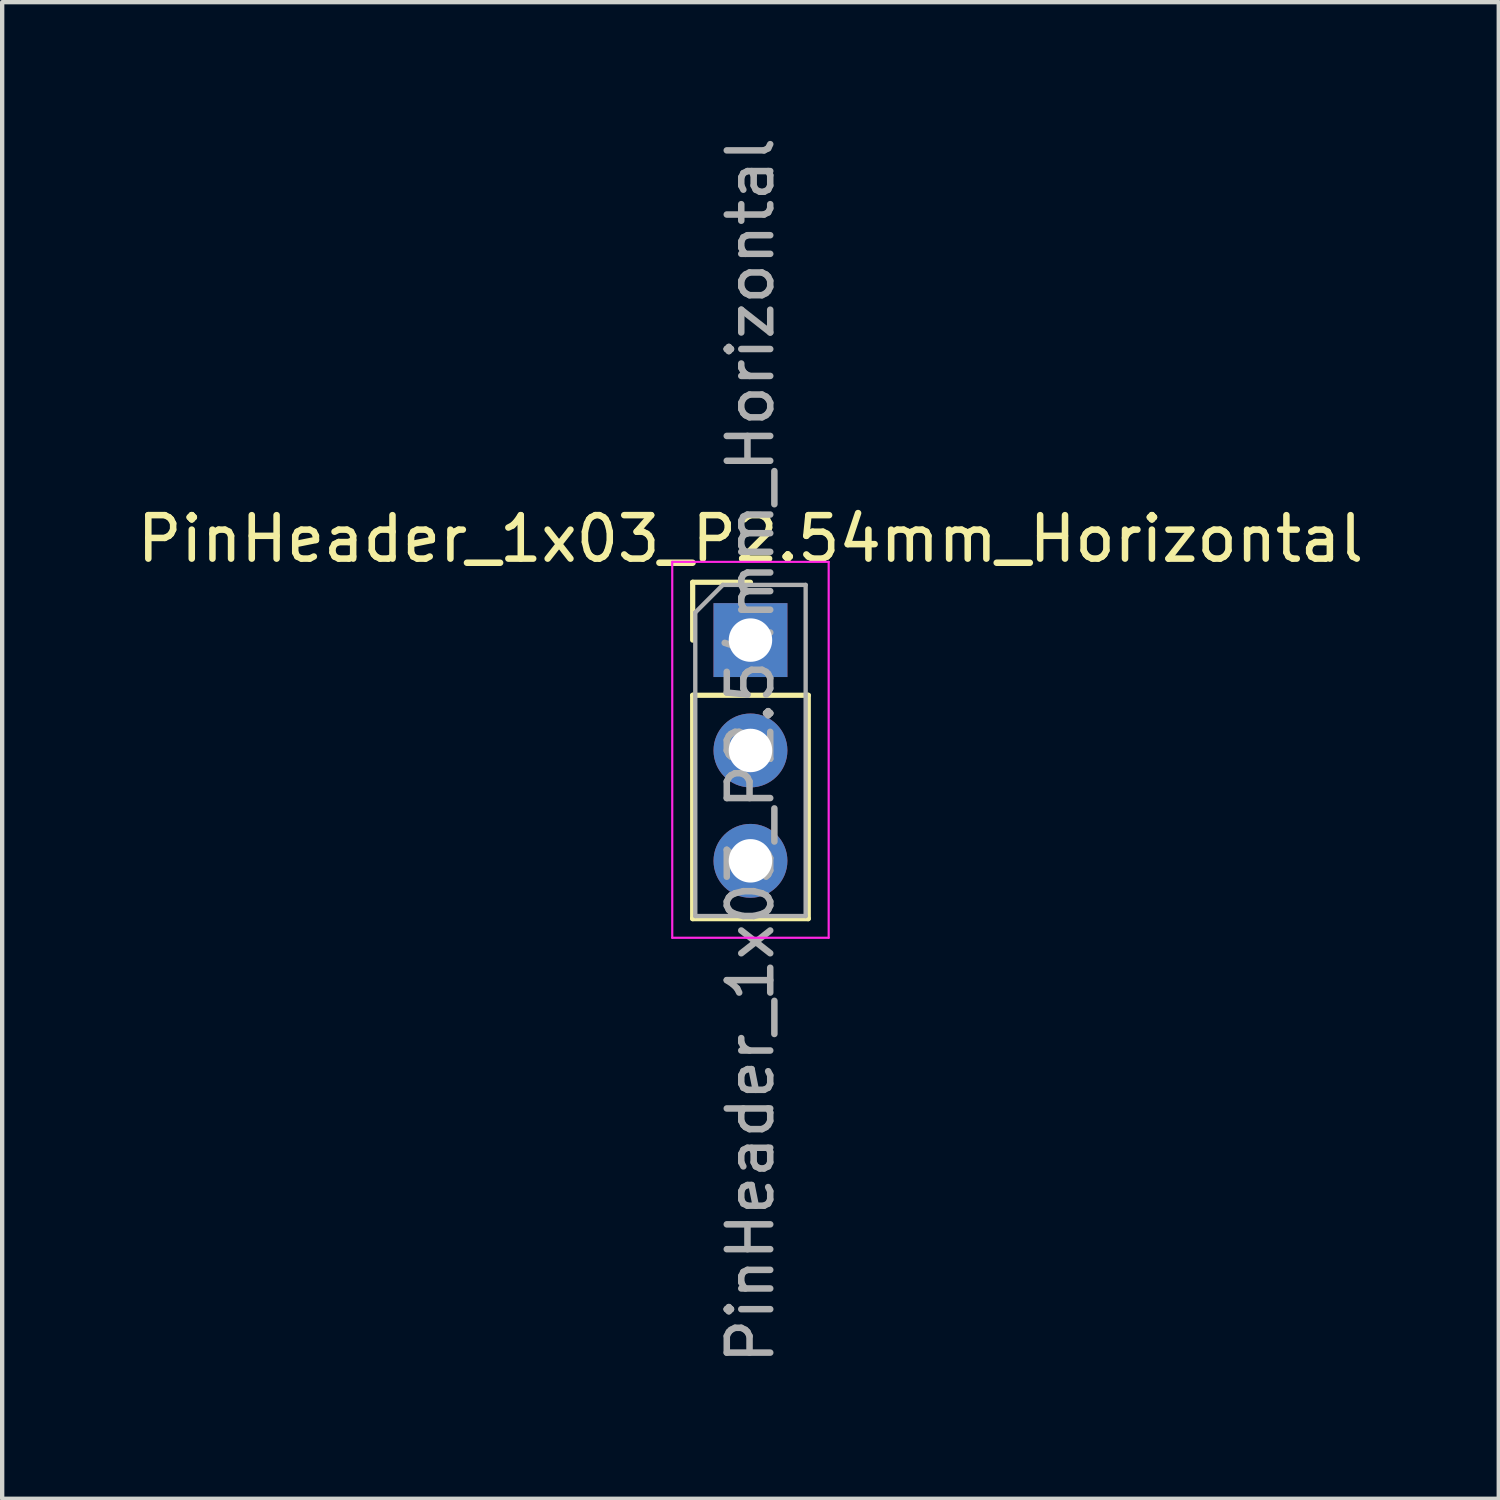
<source format=kicad_pcb>
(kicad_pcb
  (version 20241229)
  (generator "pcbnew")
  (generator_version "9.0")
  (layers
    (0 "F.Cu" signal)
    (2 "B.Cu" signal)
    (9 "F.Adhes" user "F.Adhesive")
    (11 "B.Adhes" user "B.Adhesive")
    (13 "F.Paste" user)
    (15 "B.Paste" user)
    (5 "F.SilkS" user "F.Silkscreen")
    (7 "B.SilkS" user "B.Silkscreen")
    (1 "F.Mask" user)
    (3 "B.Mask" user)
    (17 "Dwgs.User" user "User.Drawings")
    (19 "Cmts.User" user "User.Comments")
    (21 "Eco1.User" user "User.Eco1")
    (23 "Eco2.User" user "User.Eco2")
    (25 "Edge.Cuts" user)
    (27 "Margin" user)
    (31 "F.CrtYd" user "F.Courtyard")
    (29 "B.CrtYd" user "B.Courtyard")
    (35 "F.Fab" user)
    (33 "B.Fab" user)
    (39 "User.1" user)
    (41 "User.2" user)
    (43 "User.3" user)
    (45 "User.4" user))
  (footprint "PinHeader_1x03_P2.54mm_Horizontal"
    (layer "F.Cu")
    (at 14.22 11.68)
    (property "Reference" "PinHeader_1x03_P2.54mm_Horizontal" (at 0 -2.33 0) (layer "F.SilkS") (effects (font (size 1 1) (thickness 0.15))))
    (attr through_hole)
    (fp_line (start -1.33 -1.33) (end 0 -1.33) (stroke (width 0.12) (type solid)) (layer "F.SilkS"))
    (fp_line (start -1.33 0) (end -1.33 -1.33) (stroke (width 0.12) (type solid)) (layer "F.SilkS"))
    (fp_line (start -1.33 1.27) (end -1.33 6.41) (stroke (width 0.12) (type solid)) (layer "F.SilkS"))
    (fp_line (start -1.33 1.27) (end 1.33 1.27) (stroke (width 0.12) (type solid)) (layer "F.SilkS"))
    (fp_line (start -1.33 6.41) (end 1.33 6.41) (stroke (width 0.12) (type solid)) (layer "F.SilkS"))
    (fp_line (start 1.33 1.27) (end 1.33 6.41) (stroke (width 0.12) (type solid)) (layer "F.SilkS"))
    (fp_line (start -1.8 -1.8) (end -1.8 6.85) (stroke (width 0.05) (type solid)) (layer "F.CrtYd"))
    (fp_line (start -1.8 6.85) (end 1.8 6.85) (stroke (width 0.05) (type solid)) (layer "F.CrtYd"))
    (fp_line (start 1.8 -1.8) (end -1.8 -1.8) (stroke (width 0.05) (type solid)) (layer "F.CrtYd"))
    (fp_line (start 1.8 6.85) (end 1.8 -1.8) (stroke (width 0.05) (type solid)) (layer "F.CrtYd"))
    (fp_line (start -1.27 -0.635) (end -0.635 -1.27) (stroke (width 0.1) (type solid)) (layer "F.Fab"))
    (fp_line (start -1.27 6.35) (end -1.27 -0.635) (stroke (width 0.1) (type solid)) (layer "F.Fab"))
    (fp_line (start -0.635 -1.27) (end 1.27 -1.27) (stroke (width 0.1) (type solid)) (layer "F.Fab"))
    (fp_line (start 1.27 -1.27) (end 1.27 6.35) (stroke (width 0.1) (type solid)) (layer "F.Fab"))
    (fp_line (start 1.27 6.35) (end -1.27 6.35) (stroke (width 0.1) (type solid)) (layer "F.Fab"))
    (fp_text user "${REFERENCE}" (at 0 2.54 90) (layer "F.Fab") (effects (font (size 1 1) (thickness 0.15))))
    (pad "1" thru_hole rect (at 0 0) (size 1.7 1.7) (drill 1) (layers "*.Cu" "*.Mask"))
    (pad "2" thru_hole oval (at 0 2.54) (size 1.7 1.7) (drill 1) (layers "*.Cu" "*.Mask"))
    (pad "3" thru_hole oval (at 0 5.08) (size 1.7 1.7) (drill 1) (layers "*.Cu" "*.Mask")))
  (gr_rect
    (start -3 -3)
    (end 31.44 31.44)
    (stroke (width 0.1) (type default))
    (fill no)
    (layer "Edge.Cuts")))
</source>
